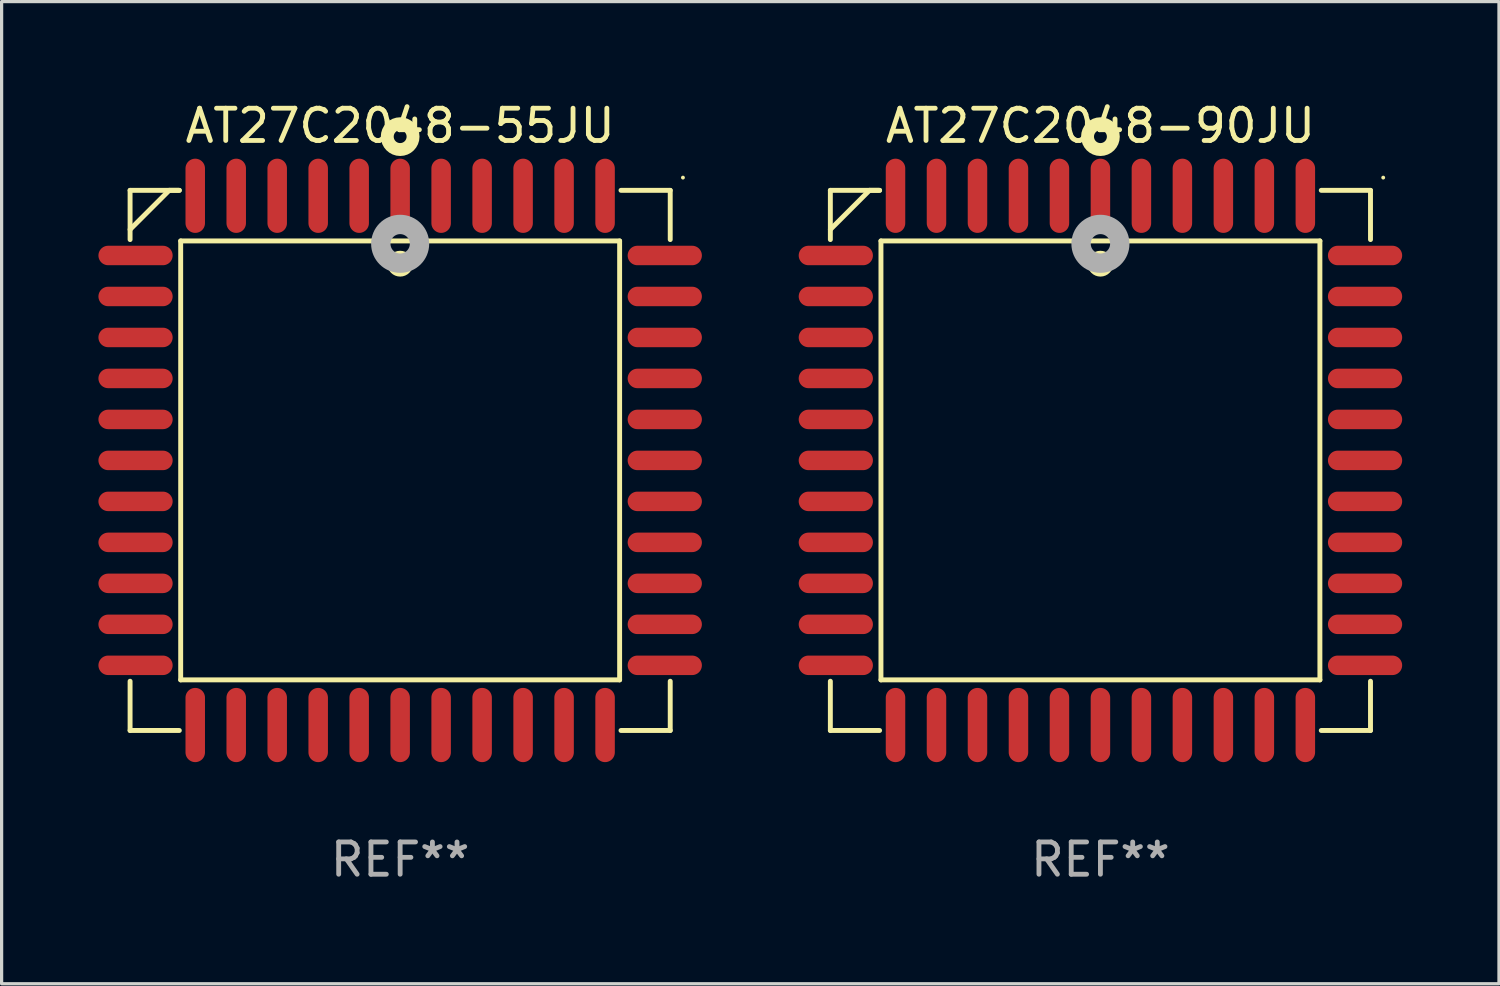
<source format=kicad_pcb>
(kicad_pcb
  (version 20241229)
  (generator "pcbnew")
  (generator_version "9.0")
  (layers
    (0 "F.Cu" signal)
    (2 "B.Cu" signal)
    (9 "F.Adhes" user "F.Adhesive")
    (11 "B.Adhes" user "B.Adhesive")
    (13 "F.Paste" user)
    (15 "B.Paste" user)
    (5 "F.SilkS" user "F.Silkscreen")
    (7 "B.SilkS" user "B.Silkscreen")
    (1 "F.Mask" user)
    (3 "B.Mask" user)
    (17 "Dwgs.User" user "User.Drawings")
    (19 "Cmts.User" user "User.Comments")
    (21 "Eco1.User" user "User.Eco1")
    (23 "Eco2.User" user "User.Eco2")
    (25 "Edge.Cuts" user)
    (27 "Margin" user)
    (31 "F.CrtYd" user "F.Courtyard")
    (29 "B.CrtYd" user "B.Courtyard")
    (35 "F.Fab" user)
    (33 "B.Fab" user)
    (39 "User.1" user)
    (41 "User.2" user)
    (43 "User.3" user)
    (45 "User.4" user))
  (footprint "AT27C2048-55JU"
    (layer "F.Cu")
    (at 9.35 11.217)
    (property "Reference" "AT27C2048-55JU" (at 0 -10.369 0) (layer "F.SilkS") (effects (font (size 1 1) (thickness 0.15))))
    (attr through_hole)
    (fp_line (start -8.369 -8.369) (end -8.369 -6.843) (stroke (width 0.152) (type solid)) (layer "F.SilkS"))
    (fp_line (start -8.369 8.369) (end -8.369 6.843) (stroke (width 0.152) (type solid)) (layer "F.SilkS"))
    (fp_line (start -7.156 -8.369) (end -8.369 -7.156) (stroke (width 0.152) (type solid)) (layer "F.SilkS"))
    (fp_line (start -6.843 -8.369) (end -8.369 -8.369) (stroke (width 0.152) (type solid)) (layer "F.SilkS"))
    (fp_line (start -6.843 -8.369) (end -7.156 -8.369) (stroke (width 0.152) (type solid)) (layer "F.SilkS"))
    (fp_line (start -6.843 8.369) (end -8.369 8.369) (stroke (width 0.152) (type solid)) (layer "F.SilkS"))
    (fp_line (start -6.801 -6.801) (end 6.801 -6.801) (stroke (width 0.152) (type solid)) (layer "F.SilkS"))
    (fp_line (start -6.801 6.801) (end -6.801 -6.801) (stroke (width 0.152) (type solid)) (layer "F.SilkS"))
    (fp_line (start 6.801 -6.801) (end 6.801 6.801) (stroke (width 0.152) (type solid)) (layer "F.SilkS"))
    (fp_line (start 6.801 6.801) (end -6.801 6.801) (stroke (width 0.152) (type solid)) (layer "F.SilkS"))
    (fp_line (start 6.843 -8.369) (end 8.369 -8.369) (stroke (width 0.152) (type solid)) (layer "F.SilkS"))
    (fp_line (start 6.843 8.369) (end 8.369 8.369) (stroke (width 0.152) (type solid)) (layer "F.SilkS"))
    (fp_line (start 8.369 -8.369) (end 8.369 -6.843) (stroke (width 0.152) (type solid)) (layer "F.SilkS"))
    (fp_line (start 8.369 8.369) (end 8.369 6.843) (stroke (width 0.152) (type solid)) (layer "F.SilkS"))
    (fp_circle (center -0.000013 -6.096) (end 0.2 -6.096) (stroke (width 0.4) (type solid)) (fill no) (layer "F.SilkS"))
    (fp_circle (center 0.000114 -10.033) (end 0.2 -10.033) (stroke (width 0.4) (type solid)) (fill no) (layer "F.SilkS"))
    (fp_circle (center 8.763 -8.763) (end 8.793 -8.763) (stroke (width 0.06) (type solid)) (fill no) (layer "F.SilkS"))
    (fp_circle (center 0.000114 -6.712) (end 0.3 -6.712) (stroke (width 0.6) (type solid)) (fill no) (layer "F.Fab"))
    (fp_text user "REF**" (at 0 12.369 0) (layer "F.Fab") (effects (font (size 1 1) (thickness 0.15))))
    (pad "1" smd oval (at 0.000114 -8.2) (size 0.604 2.3) (layers "F.Cu" "F.Mask" "F.Paste"))
    (pad "2" smd oval (at -1.27 -8.2) (size 0.604 2.3) (layers "F.Cu" "F.Mask" "F.Paste"))
    (pad "3" smd oval (at -2.54 -8.2) (size 0.604 2.3) (layers "F.Cu" "F.Mask" "F.Paste"))
    (pad "4" smd oval (at -3.81 -8.2) (size 0.604 2.3) (layers "F.Cu" "F.Mask" "F.Paste"))
    (pad "5" smd oval (at -5.08 -8.2) (size 0.604 2.3) (layers "F.Cu" "F.Mask" "F.Paste"))
    (pad "6" smd oval (at -6.35 -8.2) (size 0.604 2.3) (layers "F.Cu" "F.Mask" "F.Paste"))
    (pad "7" smd oval (at -8.2 -6.35) (size 2.3 0.604) (layers "F.Cu" "F.Mask" "F.Paste"))
    (pad "8" smd oval (at -8.2 -5.08) (size 2.3 0.604) (layers "F.Cu" "F.Mask" "F.Paste"))
    (pad "9" smd oval (at -8.2 -3.81) (size 2.3 0.604) (layers "F.Cu" "F.Mask" "F.Paste"))
    (pad "10" smd oval (at -8.2 -2.54) (size 2.3 0.604) (layers "F.Cu" "F.Mask" "F.Paste"))
    (pad "11" smd oval (at -8.2 -1.27) (size 2.3 0.604) (layers "F.Cu" "F.Mask" "F.Paste"))
    (pad "12" smd oval (at -8.2 0.000127) (size 2.3 0.604) (layers "F.Cu" "F.Mask" "F.Paste"))
    (pad "13" smd oval (at -8.2 1.27) (size 2.3 0.604) (layers "F.Cu" "F.Mask" "F.Paste"))
    (pad "14" smd oval (at -8.2 2.54) (size 2.3 0.604) (layers "F.Cu" "F.Mask" "F.Paste"))
    (pad "15" smd oval (at -8.2 3.81) (size 2.3 0.604) (layers "F.Cu" "F.Mask" "F.Paste"))
    (pad "16" smd oval (at -8.2 5.08) (size 2.3 0.604) (layers "F.Cu" "F.Mask" "F.Paste"))
    (pad "17" smd oval (at -8.2 6.35) (size 2.3 0.604) (layers "F.Cu" "F.Mask" "F.Paste"))
    (pad "18" smd oval (at -6.35 8.2) (size 0.604 2.3) (layers "F.Cu" "F.Mask" "F.Paste"))
    (pad "19" smd oval (at -5.08 8.2) (size 0.604 2.3) (layers "F.Cu" "F.Mask" "F.Paste"))
    (pad "20" smd oval (at -3.81 8.2) (size 0.604 2.3) (layers "F.Cu" "F.Mask" "F.Paste"))
    (pad "21" smd oval (at -2.54 8.2) (size 0.604 2.3) (layers "F.Cu" "F.Mask" "F.Paste"))
    (pad "22" smd oval (at -1.27 8.2) (size 0.604 2.3) (layers "F.Cu" "F.Mask" "F.Paste"))
    (pad "23" smd oval (at 0.000114 8.2) (size 0.604 2.3) (layers "F.Cu" "F.Mask" "F.Paste"))
    (pad "24" smd oval (at 1.27 8.2) (size 0.604 2.3) (layers "F.Cu" "F.Mask" "F.Paste"))
    (pad "25" smd oval (at 2.54 8.2) (size 0.604 2.3) (layers "F.Cu" "F.Mask" "F.Paste"))
    (pad "26" smd oval (at 3.81 8.2) (size 0.604 2.3) (layers "F.Cu" "F.Mask" "F.Paste"))
    (pad "27" smd oval (at 5.08 8.2) (size 0.604 2.3) (layers "F.Cu" "F.Mask" "F.Paste"))
    (pad "28" smd oval (at 6.35 8.2) (size 0.604 2.3) (layers "F.Cu" "F.Mask" "F.Paste"))
    (pad "29" smd oval (at 8.2 6.35) (size 2.3 0.604) (layers "F.Cu" "F.Mask" "F.Paste"))
    (pad "30" smd oval (at 8.2 5.08) (size 2.3 0.604) (layers "F.Cu" "F.Mask" "F.Paste"))
    (pad "31" smd oval (at 8.2 3.81) (size 2.3 0.604) (layers "F.Cu" "F.Mask" "F.Paste"))
    (pad "32" smd oval (at 8.2 2.54) (size 2.3 0.604) (layers "F.Cu" "F.Mask" "F.Paste"))
    (pad "33" smd oval (at 8.2 1.27) (size 2.3 0.604) (layers "F.Cu" "F.Mask" "F.Paste"))
    (pad "34" smd oval (at 8.2 0.000127) (size 2.3 0.604) (layers "F.Cu" "F.Mask" "F.Paste"))
    (pad "35" smd oval (at 8.2 -1.27) (size 2.3 0.604) (layers "F.Cu" "F.Mask" "F.Paste"))
    (pad "36" smd oval (at 8.2 -2.54) (size 2.3 0.604) (layers "F.Cu" "F.Mask" "F.Paste"))
    (pad "37" smd oval (at 8.2 -3.81) (size 2.3 0.604) (layers "F.Cu" "F.Mask" "F.Paste"))
    (pad "38" smd oval (at 8.2 -5.08) (size 2.3 0.604) (layers "F.Cu" "F.Mask" "F.Paste"))
    (pad "39" smd oval (at 8.2 -6.35) (size 2.3 0.604) (layers "F.Cu" "F.Mask" "F.Paste"))
    (pad "40" smd oval (at 6.35 -8.2) (size 0.604 2.3) (layers "F.Cu" "F.Mask" "F.Paste"))
    (pad "41" smd oval (at 5.08 -8.2) (size 0.604 2.3) (layers "F.Cu" "F.Mask" "F.Paste"))
    (pad "42" smd oval (at 3.81 -8.2) (size 0.604 2.3) (layers "F.Cu" "F.Mask" "F.Paste"))
    (pad "43" smd oval (at 2.54 -8.2) (size 0.604 2.3) (layers "F.Cu" "F.Mask" "F.Paste"))
    (pad "44" smd oval (at 1.27 -8.2) (size 0.604 2.3) (layers "F.Cu" "F.Mask" "F.Paste")))
  (footprint "AT27C2048-90JU"
    (layer "F.Cu")
    (at 31.05 11.217)
    (property "Reference" "AT27C2048-90JU" (at 0 -10.369 0) (layer "F.SilkS") (effects (font (size 1 1) (thickness 0.15))))
    (attr through_hole)
    (fp_line (start -8.369 -8.369) (end -8.369 -6.843) (stroke (width 0.152) (type solid)) (layer "F.SilkS"))
    (fp_line (start -8.369 8.369) (end -8.369 6.843) (stroke (width 0.152) (type solid)) (layer "F.SilkS"))
    (fp_line (start -7.156 -8.369) (end -8.369 -7.156) (stroke (width 0.152) (type solid)) (layer "F.SilkS"))
    (fp_line (start -6.843 -8.369) (end -8.369 -8.369) (stroke (width 0.152) (type solid)) (layer "F.SilkS"))
    (fp_line (start -6.843 -8.369) (end -7.156 -8.369) (stroke (width 0.152) (type solid)) (layer "F.SilkS"))
    (fp_line (start -6.843 8.369) (end -8.369 8.369) (stroke (width 0.152) (type solid)) (layer "F.SilkS"))
    (fp_line (start -6.801 -6.801) (end 6.801 -6.801) (stroke (width 0.152) (type solid)) (layer "F.SilkS"))
    (fp_line (start -6.801 6.801) (end -6.801 -6.801) (stroke (width 0.152) (type solid)) (layer "F.SilkS"))
    (fp_line (start 6.801 -6.801) (end 6.801 6.801) (stroke (width 0.152) (type solid)) (layer "F.SilkS"))
    (fp_line (start 6.801 6.801) (end -6.801 6.801) (stroke (width 0.152) (type solid)) (layer "F.SilkS"))
    (fp_line (start 6.843 -8.369) (end 8.369 -8.369) (stroke (width 0.152) (type solid)) (layer "F.SilkS"))
    (fp_line (start 6.843 8.369) (end 8.369 8.369) (stroke (width 0.152) (type solid)) (layer "F.SilkS"))
    (fp_line (start 8.369 -8.369) (end 8.369 -6.843) (stroke (width 0.152) (type solid)) (layer "F.SilkS"))
    (fp_line (start 8.369 8.369) (end 8.369 6.843) (stroke (width 0.152) (type solid)) (layer "F.SilkS"))
    (fp_circle (center -0.000013 -6.096) (end 0.2 -6.096) (stroke (width 0.4) (type solid)) (fill no) (layer "F.SilkS"))
    (fp_circle (center 0.000114 -10.033) (end 0.2 -10.033) (stroke (width 0.4) (type solid)) (fill no) (layer "F.SilkS"))
    (fp_circle (center 8.763 -8.763) (end 8.793 -8.763) (stroke (width 0.06) (type solid)) (fill no) (layer "F.SilkS"))
    (fp_circle (center 0.000114 -6.712) (end 0.3 -6.712) (stroke (width 0.6) (type solid)) (fill no) (layer "F.Fab"))
    (fp_text user "REF**" (at 0 12.369 0) (layer "F.Fab") (effects (font (size 1 1) (thickness 0.15))))
    (pad "1" smd oval (at 0.000114 -8.2) (size 0.604 2.3) (layers "F.Cu" "F.Mask" "F.Paste"))
    (pad "2" smd oval (at -1.27 -8.2) (size 0.604 2.3) (layers "F.Cu" "F.Mask" "F.Paste"))
    (pad "3" smd oval (at -2.54 -8.2) (size 0.604 2.3) (layers "F.Cu" "F.Mask" "F.Paste"))
    (pad "4" smd oval (at -3.81 -8.2) (size 0.604 2.3) (layers "F.Cu" "F.Mask" "F.Paste"))
    (pad "5" smd oval (at -5.08 -8.2) (size 0.604 2.3) (layers "F.Cu" "F.Mask" "F.Paste"))
    (pad "6" smd oval (at -6.35 -8.2) (size 0.604 2.3) (layers "F.Cu" "F.Mask" "F.Paste"))
    (pad "7" smd oval (at -8.2 -6.35) (size 2.3 0.604) (layers "F.Cu" "F.Mask" "F.Paste"))
    (pad "8" smd oval (at -8.2 -5.08) (size 2.3 0.604) (layers "F.Cu" "F.Mask" "F.Paste"))
    (pad "9" smd oval (at -8.2 -3.81) (size 2.3 0.604) (layers "F.Cu" "F.Mask" "F.Paste"))
    (pad "10" smd oval (at -8.2 -2.54) (size 2.3 0.604) (layers "F.Cu" "F.Mask" "F.Paste"))
    (pad "11" smd oval (at -8.2 -1.27) (size 2.3 0.604) (layers "F.Cu" "F.Mask" "F.Paste"))
    (pad "12" smd oval (at -8.2 0.000127) (size 2.3 0.604) (layers "F.Cu" "F.Mask" "F.Paste"))
    (pad "13" smd oval (at -8.2 1.27) (size 2.3 0.604) (layers "F.Cu" "F.Mask" "F.Paste"))
    (pad "14" smd oval (at -8.2 2.54) (size 2.3 0.604) (layers "F.Cu" "F.Mask" "F.Paste"))
    (pad "15" smd oval (at -8.2 3.81) (size 2.3 0.604) (layers "F.Cu" "F.Mask" "F.Paste"))
    (pad "16" smd oval (at -8.2 5.08) (size 2.3 0.604) (layers "F.Cu" "F.Mask" "F.Paste"))
    (pad "17" smd oval (at -8.2 6.35) (size 2.3 0.604) (layers "F.Cu" "F.Mask" "F.Paste"))
    (pad "18" smd oval (at -6.35 8.2) (size 0.604 2.3) (layers "F.Cu" "F.Mask" "F.Paste"))
    (pad "19" smd oval (at -5.08 8.2) (size 0.604 2.3) (layers "F.Cu" "F.Mask" "F.Paste"))
    (pad "20" smd oval (at -3.81 8.2) (size 0.604 2.3) (layers "F.Cu" "F.Mask" "F.Paste"))
    (pad "21" smd oval (at -2.54 8.2) (size 0.604 2.3) (layers "F.Cu" "F.Mask" "F.Paste"))
    (pad "22" smd oval (at -1.27 8.2) (size 0.604 2.3) (layers "F.Cu" "F.Mask" "F.Paste"))
    (pad "23" smd oval (at 0.000114 8.2) (size 0.604 2.3) (layers "F.Cu" "F.Mask" "F.Paste"))
    (pad "24" smd oval (at 1.27 8.2) (size 0.604 2.3) (layers "F.Cu" "F.Mask" "F.Paste"))
    (pad "25" smd oval (at 2.54 8.2) (size 0.604 2.3) (layers "F.Cu" "F.Mask" "F.Paste"))
    (pad "26" smd oval (at 3.81 8.2) (size 0.604 2.3) (layers "F.Cu" "F.Mask" "F.Paste"))
    (pad "27" smd oval (at 5.08 8.2) (size 0.604 2.3) (layers "F.Cu" "F.Mask" "F.Paste"))
    (pad "28" smd oval (at 6.35 8.2) (size 0.604 2.3) (layers "F.Cu" "F.Mask" "F.Paste"))
    (pad "29" smd oval (at 8.2 6.35) (size 2.3 0.604) (layers "F.Cu" "F.Mask" "F.Paste"))
    (pad "30" smd oval (at 8.2 5.08) (size 2.3 0.604) (layers "F.Cu" "F.Mask" "F.Paste"))
    (pad "31" smd oval (at 8.2 3.81) (size 2.3 0.604) (layers "F.Cu" "F.Mask" "F.Paste"))
    (pad "32" smd oval (at 8.2 2.54) (size 2.3 0.604) (layers "F.Cu" "F.Mask" "F.Paste"))
    (pad "33" smd oval (at 8.2 1.27) (size 2.3 0.604) (layers "F.Cu" "F.Mask" "F.Paste"))
    (pad "34" smd oval (at 8.2 0.000127) (size 2.3 0.604) (layers "F.Cu" "F.Mask" "F.Paste"))
    (pad "35" smd oval (at 8.2 -1.27) (size 2.3 0.604) (layers "F.Cu" "F.Mask" "F.Paste"))
    (pad "36" smd oval (at 8.2 -2.54) (size 2.3 0.604) (layers "F.Cu" "F.Mask" "F.Paste"))
    (pad "37" smd oval (at 8.2 -3.81) (size 2.3 0.604) (layers "F.Cu" "F.Mask" "F.Paste"))
    (pad "38" smd oval (at 8.2 -5.08) (size 2.3 0.604) (layers "F.Cu" "F.Mask" "F.Paste"))
    (pad "39" smd oval (at 8.2 -6.35) (size 2.3 0.604) (layers "F.Cu" "F.Mask" "F.Paste"))
    (pad "40" smd oval (at 6.35 -8.2) (size 0.604 2.3) (layers "F.Cu" "F.Mask" "F.Paste"))
    (pad "41" smd oval (at 5.08 -8.2) (size 0.604 2.3) (layers "F.Cu" "F.Mask" "F.Paste"))
    (pad "42" smd oval (at 3.81 -8.2) (size 0.604 2.3) (layers "F.Cu" "F.Mask" "F.Paste"))
    (pad "43" smd oval (at 2.54 -8.2) (size 0.604 2.3) (layers "F.Cu" "F.Mask" "F.Paste"))
    (pad "44" smd oval (at 1.27 -8.2) (size 0.604 2.3) (layers "F.Cu" "F.Mask" "F.Paste")))
  (gr_rect
    (start -3 -3)
    (end 43.4 27.435)
    (stroke (width 0.1) (type default))
    (fill no)
    (layer "Edge.Cuts")))
</source>
